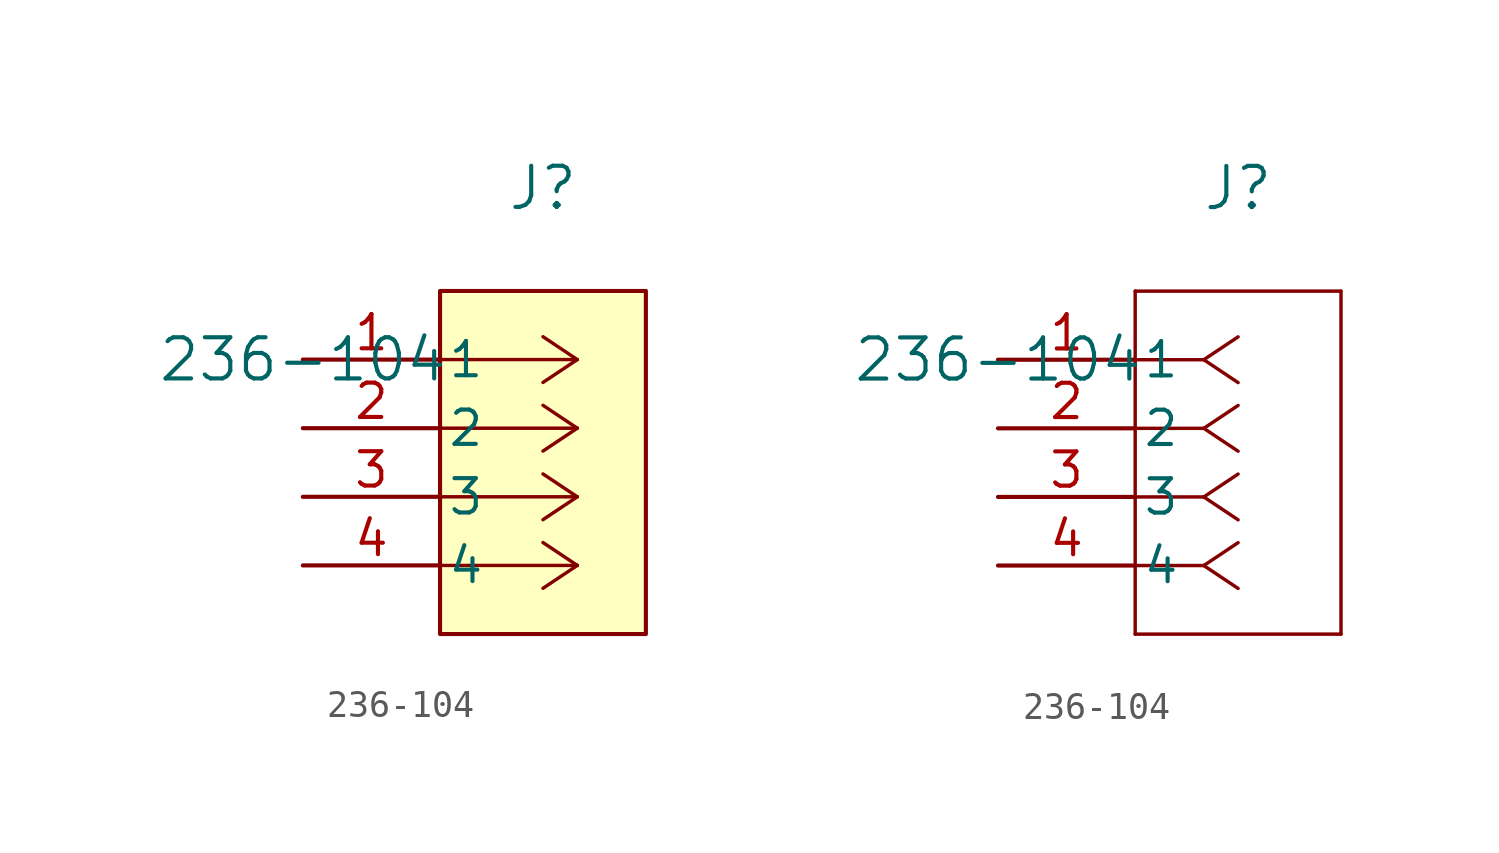
<source format=kicad_sym>
(kicad_symbol_lib
  (version 20220914)
  (generator kicad_symbol_editor)
  (symbol "236-104"
    (pin_names
      (offset 0.254))
    (property "Reference" "J"
      (at 8.89 6.35 0)
      (effects (font (size 1.524 1.524))))
    (property "Value" "236-104"
      (at 0 0 0)
      (effects (font (size 1.524 1.524))))
    (property "ki_locked" ""
      (at 0 0 0)
      (effects (font (size 1.27 1.27))))
    (symbol "236-104_1_1"
      (polyline (pts (xy 10.16 -7.62) (xy 5.08 -7.62)) (stroke (width 0.127) (type default)) (fill (type none)))
      (polyline (pts (xy 10.16 -7.62) (xy 8.89 -8.467)) (stroke (width 0.127) (type default)) (fill (type none)))
      (polyline (pts (xy 10.16 -7.62) (xy 8.89 -6.773)) (stroke (width 0.127) (type default)) (fill (type none)))
      (polyline (pts (xy 10.16 -5.08) (xy 5.08 -5.08)) (stroke (width 0.127) (type default)) (fill (type none)))
      (polyline (pts (xy 10.16 -5.08) (xy 8.89 -5.927)) (stroke (width 0.127) (type default)) (fill (type none)))
      (polyline (pts (xy 10.16 -5.08) (xy 8.89 -4.233)) (stroke (width 0.127) (type default)) (fill (type none)))
      (polyline (pts (xy 10.16 -2.54) (xy 5.08 -2.54)) (stroke (width 0.127) (type default)) (fill (type none)))
      (polyline (pts (xy 10.16 -2.54) (xy 8.89 -3.387)) (stroke (width 0.127) (type default)) (fill (type none)))
      (polyline (pts (xy 10.16 -2.54) (xy 8.89 -1.693)) (stroke (width 0.127) (type default)) (fill (type none)))
      (polyline (pts (xy 10.16 0) (xy 5.08 0)) (stroke (width 0.127) (type default)) (fill (type none)))
      (polyline (pts (xy 10.16 0) (xy 8.89 -0.847)) (stroke (width 0.127) (type default)) (fill (type none)))
      (polyline (pts (xy 10.16 0) (xy 8.89 0.847)) (stroke (width 0.127) (type default)) (fill (type none)))
      (rectangle (start 5.08 2.54) (end 12.7 -10.16) (stroke (width 0) (type default)) (fill (type background)))
      (pin unspecified line (at 0 0 0) (length 5.08) (name "1" (effects (font (size 1.27 1.27)))) (number "1" (effects (font (size 1.27 1.27)))))
      (pin unspecified line (at 0 -2.54 0) (length 5.08) (name "2" (effects (font (size 1.27 1.27)))) (number "2" (effects (font (size 1.27 1.27)))))
      (pin unspecified line (at 0 -5.08 0) (length 5.08) (name "3" (effects (font (size 1.27 1.27)))) (number "3" (effects (font (size 1.27 1.27)))))
      (pin unspecified line (at 0 -7.62 0) (length 5.08) (name "4" (effects (font (size 1.27 1.27)))) (number "4" (effects (font (size 1.27 1.27))))))
    (symbol "236-104_1_2"
      (polyline (pts (xy 5.08 -10.16) (xy 12.7 -10.16)) (stroke (width 0.127) (type default)) (fill (type none)))
      (polyline (pts (xy 5.08 2.54) (xy 5.08 -10.16)) (stroke (width 0.127) (type default)) (fill (type none)))
      (polyline (pts (xy 7.62 -7.62) (xy 5.08 -7.62)) (stroke (width 0.127) (type default)) (fill (type none)))
      (polyline (pts (xy 7.62 -7.62) (xy 8.89 -8.467)) (stroke (width 0.127) (type default)) (fill (type none)))
      (polyline (pts (xy 7.62 -7.62) (xy 8.89 -6.773)) (stroke (width 0.127) (type default)) (fill (type none)))
      (polyline (pts (xy 7.62 -5.08) (xy 5.08 -5.08)) (stroke (width 0.127) (type default)) (fill (type none)))
      (polyline (pts (xy 7.62 -5.08) (xy 8.89 -5.927)) (stroke (width 0.127) (type default)) (fill (type none)))
      (polyline (pts (xy 7.62 -5.08) (xy 8.89 -4.233)) (stroke (width 0.127) (type default)) (fill (type none)))
      (polyline (pts (xy 7.62 -2.54) (xy 5.08 -2.54)) (stroke (width 0.127) (type default)) (fill (type none)))
      (polyline (pts (xy 7.62 -2.54) (xy 8.89 -3.387)) (stroke (width 0.127) (type default)) (fill (type none)))
      (polyline (pts (xy 7.62 -2.54) (xy 8.89 -1.693)) (stroke (width 0.127) (type default)) (fill (type none)))
      (polyline (pts (xy 7.62 0) (xy 5.08 0)) (stroke (width 0.127) (type default)) (fill (type none)))
      (polyline (pts (xy 7.62 0) (xy 8.89 -0.847)) (stroke (width 0.127) (type default)) (fill (type none)))
      (polyline (pts (xy 7.62 0) (xy 8.89 0.847)) (stroke (width 0.127) (type default)) (fill (type none)))
      (polyline (pts (xy 12.7 -10.16) (xy 12.7 2.54)) (stroke (width 0.127) (type default)) (fill (type none)))
      (polyline (pts (xy 12.7 2.54) (xy 5.08 2.54)) (stroke (width 0.127) (type default)) (fill (type none)))
      (pin unspecified line (at 0 0 0) (length 5.08) (name "1" (effects (font (size 1.27 1.27)))) (number "1" (effects (font (size 1.27 1.27)))))
      (pin unspecified line (at 0 -2.54 0) (length 5.08) (name "2" (effects (font (size 1.27 1.27)))) (number "2" (effects (font (size 1.27 1.27)))))
      (pin unspecified line (at 0 -5.08 0) (length 5.08) (name "3" (effects (font (size 1.27 1.27)))) (number "3" (effects (font (size 1.27 1.27)))))
      (pin unspecified line (at 0 -7.62 0) (length 5.08) (name "4" (effects (font (size 1.27 1.27)))) (number "4" (effects (font (size 1.27 1.27))))))))
</source>
